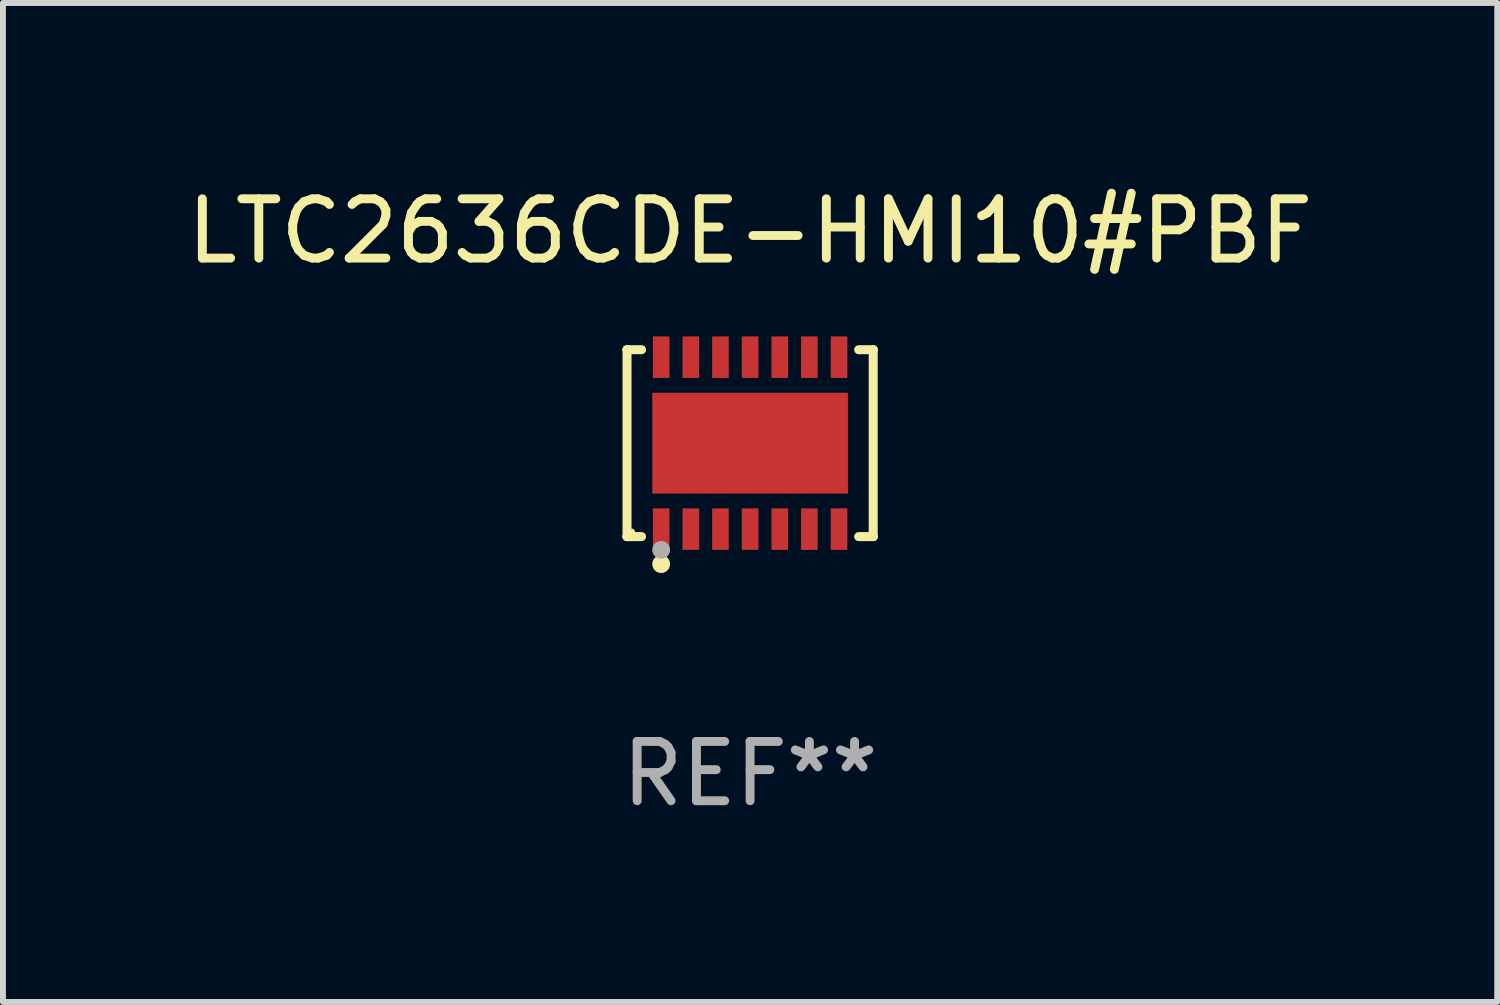
<source format=kicad_pcb>
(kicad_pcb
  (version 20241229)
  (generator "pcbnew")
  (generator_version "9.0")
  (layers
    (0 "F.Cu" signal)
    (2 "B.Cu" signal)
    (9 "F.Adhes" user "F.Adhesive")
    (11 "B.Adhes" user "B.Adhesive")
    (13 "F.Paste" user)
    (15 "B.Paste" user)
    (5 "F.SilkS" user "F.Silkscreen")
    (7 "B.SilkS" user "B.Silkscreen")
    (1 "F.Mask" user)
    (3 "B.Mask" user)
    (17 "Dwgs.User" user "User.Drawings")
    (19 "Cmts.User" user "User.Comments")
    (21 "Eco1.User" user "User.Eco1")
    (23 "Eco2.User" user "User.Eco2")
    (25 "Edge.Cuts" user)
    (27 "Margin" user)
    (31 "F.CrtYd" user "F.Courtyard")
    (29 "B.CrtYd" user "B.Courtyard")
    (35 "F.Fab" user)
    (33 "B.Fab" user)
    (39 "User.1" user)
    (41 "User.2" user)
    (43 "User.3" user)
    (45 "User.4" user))
  (footprint "LTC2636CDE-HMI10#PBF"
    (layer "F.Cu")
    (at 9.601 4.424)
    (property "Reference" "LTC2636CDE-HMI10#PBF" (at 0 -3.576 0) (layer "F.SilkS") (effects (font (size 1 1) (thickness 0.15))))
    (attr through_hole)
    (fp_line (start -2.076 -1.576) (end -2.076 -1.576) (stroke (width 0.152) (type solid)) (layer "F.SilkS"))
    (fp_line (start -2.076 -1.576) (end -1.831 -1.576) (stroke (width 0.152) (type solid)) (layer "F.SilkS"))
    (fp_line (start -2.076 1.576) (end -2.076 -1.576) (stroke (width 0.152) (type solid)) (layer "F.SilkS"))
    (fp_line (start -2.076 1.576) (end -2.076 1.576) (stroke (width 0.152) (type solid)) (layer "F.SilkS"))
    (fp_line (start -1.831 1.576) (end -2.076 1.576) (stroke (width 0.152) (type solid)) (layer "F.SilkS"))
    (fp_line (start 1.831 1.576) (end 2.076 1.576) (stroke (width 0.152) (type solid)) (layer "F.SilkS"))
    (fp_line (start 2.076 -1.576) (end 1.831 -1.576) (stroke (width 0.152) (type solid)) (layer "F.SilkS"))
    (fp_line (start 2.076 -1.576) (end 2.076 -1.576) (stroke (width 0.152) (type solid)) (layer "F.SilkS"))
    (fp_line (start 2.076 1.576) (end 2.076 -1.576) (stroke (width 0.152) (type solid)) (layer "F.SilkS"))
    (fp_line (start 2.076 1.576) (end 2.076 1.576) (stroke (width 0.152) (type solid)) (layer "F.SilkS"))
    (fp_circle (center -2 1.5) (end -1.97 1.5) (stroke (width 0.06) (type solid)) (fill no) (layer "F.SilkS"))
    (fp_circle (center -1.5 2.04) (end -1.425 2.04) (stroke (width 0.15) (type solid)) (fill no) (layer "F.SilkS"))
    (fp_circle (center -1.5 1.8) (end -1.425 1.8) (stroke (width 0.15) (type solid)) (fill no) (layer "F.Fab"))
    (fp_text user "REF**" (at 0 5.576 0) (layer "F.Fab") (effects (font (size 1 1) (thickness 0.15))))
    (pad "1" smd rect (at -1.5 1.45) (size 0.28 0.7) (layers "F.Cu" "F.Mask" "F.Paste"))
    (pad "2" smd rect (at -1 1.45) (size 0.28 0.7) (layers "F.Cu" "F.Mask" "F.Paste"))
    (pad "3" smd rect (at -0.5 1.45) (size 0.28 0.7) (layers "F.Cu" "F.Mask" "F.Paste"))
    (pad "4" smd rect (at 0 1.45) (size 0.28 0.7) (layers "F.Cu" "F.Mask" "F.Paste"))
    (pad "5" smd rect (at 0.5 1.45) (size 0.28 0.7) (layers "F.Cu" "F.Mask" "F.Paste"))
    (pad "6" smd rect (at 1 1.45) (size 0.28 0.7) (layers "F.Cu" "F.Mask" "F.Paste"))
    (pad "7" smd rect (at 1.5 1.45) (size 0.28 0.7) (layers "F.Cu" "F.Mask" "F.Paste"))
    (pad "8" smd rect (at 1.5 -1.45) (size 0.28 0.7) (layers "F.Cu" "F.Mask" "F.Paste"))
    (pad "9" smd rect (at 1 -1.45) (size 0.28 0.7) (layers "F.Cu" "F.Mask" "F.Paste"))
    (pad "10" smd rect (at 0.5 -1.45) (size 0.28 0.7) (layers "F.Cu" "F.Mask" "F.Paste"))
    (pad "11" smd rect (at 0 -1.45) (size 0.28 0.7) (layers "F.Cu" "F.Mask" "F.Paste"))
    (pad "12" smd rect (at -0.5 -1.45) (size 0.28 0.7) (layers "F.Cu" "F.Mask" "F.Paste"))
    (pad "13" smd rect (at -1 -1.45) (size 0.28 0.7) (layers "F.Cu" "F.Mask" "F.Paste"))
    (pad "14" smd rect (at -1.5 -1.45) (size 0.28 0.7) (layers "F.Cu" "F.Mask" "F.Paste"))
    (pad "15" smd rect (at 0 0) (size 3.3 1.7) (layers "F.Cu" "F.Mask" "F.Paste")))
  (gr_rect
    (start -3 -3)
    (end 22.202 13.849)
    (stroke (width 0.1) (type default))
    (fill no)
    (layer "Edge.Cuts")))
</source>
